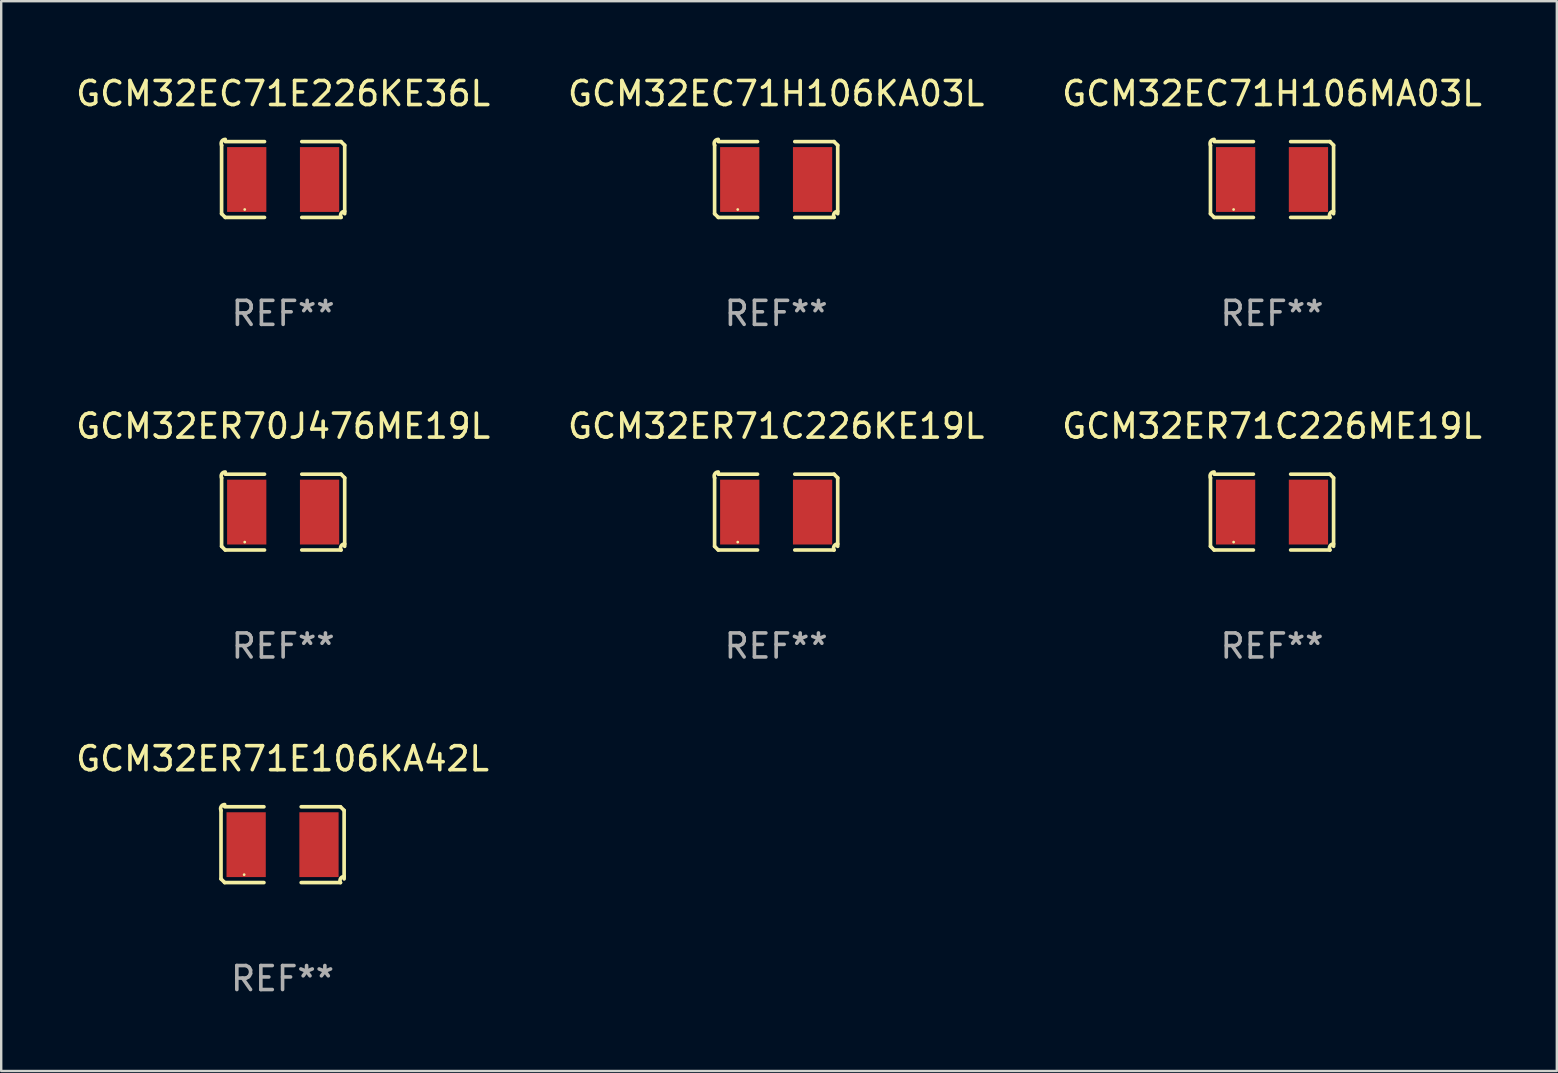
<source format=kicad_pcb>
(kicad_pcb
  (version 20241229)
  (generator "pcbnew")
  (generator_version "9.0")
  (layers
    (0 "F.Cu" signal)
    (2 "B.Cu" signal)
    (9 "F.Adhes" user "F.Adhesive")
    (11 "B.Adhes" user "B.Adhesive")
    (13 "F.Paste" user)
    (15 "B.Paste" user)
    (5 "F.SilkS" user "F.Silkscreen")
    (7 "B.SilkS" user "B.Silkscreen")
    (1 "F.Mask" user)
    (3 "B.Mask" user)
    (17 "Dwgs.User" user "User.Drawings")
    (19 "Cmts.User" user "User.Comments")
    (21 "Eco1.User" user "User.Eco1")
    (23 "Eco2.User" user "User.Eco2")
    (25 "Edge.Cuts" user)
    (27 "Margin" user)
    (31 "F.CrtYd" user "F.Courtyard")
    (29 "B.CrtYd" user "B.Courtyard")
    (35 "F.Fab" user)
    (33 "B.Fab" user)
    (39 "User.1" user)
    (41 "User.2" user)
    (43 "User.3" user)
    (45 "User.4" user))
  (footprint "GCM32ER71C226KE19L"
    (layer "F.Cu")
    (at 29.28 18.281)
    (property "Reference" "GCM32ER71C226KE19L" (at 0 -3.579 0) (layer "F.SilkS") (effects (font (size 1 1) (thickness 0.15))))
    (attr through_hole)
    (fp_line (start -2.564 1.426) (end -2.564 -1.426) (stroke (width 0.152) (type solid)) (layer "F.SilkS"))
    (fp_line (start -2.411 -1.579) (end -0.776 -1.579) (stroke (width 0.152) (type solid)) (layer "F.SilkS"))
    (fp_line (start -0.776 1.579) (end -2.411 1.579) (stroke (width 0.152) (type solid)) (layer "F.SilkS"))
    (fp_line (start 0.776 1.579) (end 2.411 1.579) (stroke (width 0.152) (type solid)) (layer "F.SilkS"))
    (fp_line (start 2.411 -1.579) (end 0.776 -1.579) (stroke (width 0.152) (type solid)) (layer "F.SilkS"))
    (fp_line (start 2.564 1.426) (end 2.564 -1.426) (stroke (width 0.152) (type solid)) (layer "F.SilkS"))
    (fp_arc (start -2.563602 -1.426213) (mid -2.555597 -1.591233) (end -2.411201 -1.671518) (stroke (width 0.1524) (type solid)) (layer "F.SilkS"))
    (fp_arc (start -2.5636 1.426214) (mid -2.487389 1.502402) (end -2.411201 1.578613) (stroke (width 0.1524) (type solid)) (layer "F.SilkS"))
    (fp_arc (start 2.411197 -1.578618) (mid 2.487403 -1.502419) (end 2.563602 -1.426213) (stroke (width 0.1524) (type solid)) (layer "F.SilkS"))
    (fp_arc (start 2.411201 1.578613) (mid 2.416214 1.409455) (end 2.563602 1.32629) (stroke (width 0.1524) (type solid)) (layer "F.SilkS"))
    (fp_circle (center -1.6 1.25) (end -1.57 1.25) (stroke (width 0.06) (type solid)) (fill no) (layer "F.SilkS"))
    (fp_text user "REF**" (at 0 5.579 0) (layer "F.Fab") (effects (font (size 1 1) (thickness 0.15))))
    (pad "1" smd rect (at -1.517 0) (size 1.635 2.7) (layers "F.Cu" "F.Mask" "F.Paste"))
    (pad "2" smd rect (at 1.517 0) (size 1.635 2.7) (layers "F.Cu" "F.Mask" "F.Paste")))
  (footprint "GCM32EC71H106KA03L"
    (layer "F.Cu")
    (at 29.28 4.427)
    (property "Reference" "GCM32EC71H106KA03L" (at 0 -3.579 0) (layer "F.SilkS") (effects (font (size 1 1) (thickness 0.15))))
    (attr through_hole)
    (fp_line (start -2.564 1.426) (end -2.564 -1.426) (stroke (width 0.152) (type solid)) (layer "F.SilkS"))
    (fp_line (start -2.411 -1.579) (end -0.776 -1.579) (stroke (width 0.152) (type solid)) (layer "F.SilkS"))
    (fp_line (start -0.776 1.579) (end -2.411 1.579) (stroke (width 0.152) (type solid)) (layer "F.SilkS"))
    (fp_line (start 0.776 1.579) (end 2.411 1.579) (stroke (width 0.152) (type solid)) (layer "F.SilkS"))
    (fp_line (start 2.411 -1.579) (end 0.776 -1.579) (stroke (width 0.152) (type solid)) (layer "F.SilkS"))
    (fp_line (start 2.564 1.426) (end 2.564 -1.426) (stroke (width 0.152) (type solid)) (layer "F.SilkS"))
    (fp_arc (start -2.563602 -1.426213) (mid -2.555597 -1.591233) (end -2.411201 -1.671518) (stroke (width 0.1524) (type solid)) (layer "F.SilkS"))
    (fp_arc (start -2.5636 1.426214) (mid -2.487389 1.502402) (end -2.411201 1.578613) (stroke (width 0.1524) (type solid)) (layer "F.SilkS"))
    (fp_arc (start 2.411197 -1.578618) (mid 2.487403 -1.502419) (end 2.563602 -1.426213) (stroke (width 0.1524) (type solid)) (layer "F.SilkS"))
    (fp_arc (start 2.411201 1.578613) (mid 2.416214 1.409455) (end 2.563602 1.32629) (stroke (width 0.1524) (type solid)) (layer "F.SilkS"))
    (fp_circle (center -1.6 1.25) (end -1.57 1.25) (stroke (width 0.06) (type solid)) (fill no) (layer "F.SilkS"))
    (fp_text user "REF**" (at 0 5.579 0) (layer "F.Fab") (effects (font (size 1 1) (thickness 0.15))))
    (pad "1" smd rect (at -1.517 0) (size 1.635 2.7) (layers "F.Cu" "F.Mask" "F.Paste"))
    (pad "2" smd rect (at 1.517 0) (size 1.635 2.7) (layers "F.Cu" "F.Mask" "F.Paste")))
  (footprint "GCM32ER71C226ME19L"
    (layer "F.Cu")
    (at 49.935 18.281)
    (property "Reference" "GCM32ER71C226ME19L" (at 0 -3.579 0) (layer "F.SilkS") (effects (font (size 1 1) (thickness 0.15))))
    (attr through_hole)
    (fp_line (start -2.564 1.426) (end -2.564 -1.426) (stroke (width 0.152) (type solid)) (layer "F.SilkS"))
    (fp_line (start -2.411 -1.579) (end -0.776 -1.579) (stroke (width 0.152) (type solid)) (layer "F.SilkS"))
    (fp_line (start -0.776 1.579) (end -2.411 1.579) (stroke (width 0.152) (type solid)) (layer "F.SilkS"))
    (fp_line (start 0.776 1.579) (end 2.411 1.579) (stroke (width 0.152) (type solid)) (layer "F.SilkS"))
    (fp_line (start 2.411 -1.579) (end 0.776 -1.579) (stroke (width 0.152) (type solid)) (layer "F.SilkS"))
    (fp_line (start 2.564 1.426) (end 2.564 -1.426) (stroke (width 0.152) (type solid)) (layer "F.SilkS"))
    (fp_arc (start -2.563602 -1.426213) (mid -2.555597 -1.591233) (end -2.411201 -1.671518) (stroke (width 0.1524) (type solid)) (layer "F.SilkS"))
    (fp_arc (start -2.5636 1.426214) (mid -2.487389 1.502402) (end -2.411201 1.578613) (stroke (width 0.1524) (type solid)) (layer "F.SilkS"))
    (fp_arc (start 2.411197 -1.578618) (mid 2.487403 -1.502419) (end 2.563602 -1.426213) (stroke (width 0.1524) (type solid)) (layer "F.SilkS"))
    (fp_arc (start 2.411201 1.578613) (mid 2.416214 1.409455) (end 2.563602 1.32629) (stroke (width 0.1524) (type solid)) (layer "F.SilkS"))
    (fp_circle (center -1.6 1.25) (end -1.57 1.25) (stroke (width 0.06) (type solid)) (fill no) (layer "F.SilkS"))
    (fp_text user "REF**" (at 0 5.579 0) (layer "F.Fab") (effects (font (size 1 1) (thickness 0.15))))
    (pad "1" smd rect (at -1.517 0) (size 1.635 2.7) (layers "F.Cu" "F.Mask" "F.Paste"))
    (pad "2" smd rect (at 1.517 0) (size 1.635 2.7) (layers "F.Cu" "F.Mask" "F.Paste")))
  (footprint "GCM32ER70J476ME19L"
    (layer "F.Cu")
    (at 8.744 18.281)
    (property "Reference" "GCM32ER70J476ME19L" (at 0 -3.579 0) (layer "F.SilkS") (effects (font (size 1 1) (thickness 0.15))))
    (attr through_hole)
    (fp_line (start -2.564 1.426) (end -2.564 -1.426) (stroke (width 0.152) (type solid)) (layer "F.SilkS"))
    (fp_line (start -2.411 -1.579) (end -0.776 -1.579) (stroke (width 0.152) (type solid)) (layer "F.SilkS"))
    (fp_line (start -0.776 1.579) (end -2.411 1.579) (stroke (width 0.152) (type solid)) (layer "F.SilkS"))
    (fp_line (start 0.776 1.579) (end 2.411 1.579) (stroke (width 0.152) (type solid)) (layer "F.SilkS"))
    (fp_line (start 2.411 -1.579) (end 0.776 -1.579) (stroke (width 0.152) (type solid)) (layer "F.SilkS"))
    (fp_line (start 2.564 1.426) (end 2.564 -1.426) (stroke (width 0.152) (type solid)) (layer "F.SilkS"))
    (fp_arc (start -2.563602 -1.426213) (mid -2.555597 -1.591233) (end -2.411201 -1.671518) (stroke (width 0.1524) (type solid)) (layer "F.SilkS"))
    (fp_arc (start -2.5636 1.426214) (mid -2.487389 1.502402) (end -2.411201 1.578613) (stroke (width 0.1524) (type solid)) (layer "F.SilkS"))
    (fp_arc (start 2.411197 -1.578618) (mid 2.487403 -1.502419) (end 2.563602 -1.426213) (stroke (width 0.1524) (type solid)) (layer "F.SilkS"))
    (fp_arc (start 2.411201 1.578613) (mid 2.416214 1.409455) (end 2.563602 1.32629) (stroke (width 0.1524) (type solid)) (layer "F.SilkS"))
    (fp_circle (center -1.6 1.25) (end -1.57 1.25) (stroke (width 0.06) (type solid)) (fill no) (layer "F.SilkS"))
    (fp_text user "REF**" (at 0 5.579 0) (layer "F.Fab") (effects (font (size 1 1) (thickness 0.15))))
    (pad "1" smd rect (at -1.517 0) (size 1.635 2.7) (layers "F.Cu" "F.Mask" "F.Paste"))
    (pad "2" smd rect (at 1.517 0) (size 1.635 2.7) (layers "F.Cu" "F.Mask" "F.Paste")))
  (footprint "GCM32EC71E226KE36L"
    (layer "F.Cu")
    (at 8.744 4.427)
    (property "Reference" "GCM32EC71E226KE36L" (at 0 -3.579 0) (layer "F.SilkS") (effects (font (size 1 1) (thickness 0.15))))
    (attr through_hole)
    (fp_line (start -2.564 1.426) (end -2.564 -1.426) (stroke (width 0.152) (type solid)) (layer "F.SilkS"))
    (fp_line (start -2.411 -1.579) (end -0.776 -1.579) (stroke (width 0.152) (type solid)) (layer "F.SilkS"))
    (fp_line (start -0.776 1.579) (end -2.411 1.579) (stroke (width 0.152) (type solid)) (layer "F.SilkS"))
    (fp_line (start 0.776 1.579) (end 2.411 1.579) (stroke (width 0.152) (type solid)) (layer "F.SilkS"))
    (fp_line (start 2.411 -1.579) (end 0.776 -1.579) (stroke (width 0.152) (type solid)) (layer "F.SilkS"))
    (fp_line (start 2.564 1.426) (end 2.564 -1.426) (stroke (width 0.152) (type solid)) (layer "F.SilkS"))
    (fp_arc (start -2.563602 -1.426213) (mid -2.555597 -1.591233) (end -2.411201 -1.671518) (stroke (width 0.1524) (type solid)) (layer "F.SilkS"))
    (fp_arc (start -2.5636 1.426214) (mid -2.487389 1.502402) (end -2.411201 1.578613) (stroke (width 0.1524) (type solid)) (layer "F.SilkS"))
    (fp_arc (start 2.411197 -1.578618) (mid 2.487403 -1.502419) (end 2.563602 -1.426213) (stroke (width 0.1524) (type solid)) (layer "F.SilkS"))
    (fp_arc (start 2.411201 1.578613) (mid 2.416214 1.409455) (end 2.563602 1.32629) (stroke (width 0.1524) (type solid)) (layer "F.SilkS"))
    (fp_circle (center -1.6 1.25) (end -1.57 1.25) (stroke (width 0.06) (type solid)) (fill no) (layer "F.SilkS"))
    (fp_text user "REF**" (at 0 5.579 0) (layer "F.Fab") (effects (font (size 1 1) (thickness 0.15))))
    (pad "1" smd rect (at -1.517 0) (size 1.635 2.7) (layers "F.Cu" "F.Mask" "F.Paste"))
    (pad "2" smd rect (at 1.517 0) (size 1.635 2.7) (layers "F.Cu" "F.Mask" "F.Paste")))
  (footprint "GCM32ER71E106KA42L"
    (layer "F.Cu")
    (at 8.72 32.134)
    (property "Reference" "GCM32ER71E106KA42L" (at 0 -3.579 0) (layer "F.SilkS") (effects (font (size 1 1) (thickness 0.15))))
    (attr through_hole)
    (fp_line (start -2.564 1.426) (end -2.564 -1.426) (stroke (width 0.152) (type solid)) (layer "F.SilkS"))
    (fp_line (start -2.411 -1.579) (end -0.776 -1.579) (stroke (width 0.152) (type solid)) (layer "F.SilkS"))
    (fp_line (start -0.776 1.579) (end -2.411 1.579) (stroke (width 0.152) (type solid)) (layer "F.SilkS"))
    (fp_line (start 0.776 1.579) (end 2.411 1.579) (stroke (width 0.152) (type solid)) (layer "F.SilkS"))
    (fp_line (start 2.411 -1.579) (end 0.776 -1.579) (stroke (width 0.152) (type solid)) (layer "F.SilkS"))
    (fp_line (start 2.564 1.426) (end 2.564 -1.426) (stroke (width 0.152) (type solid)) (layer "F.SilkS"))
    (fp_arc (start -2.563602 -1.426213) (mid -2.555597 -1.591233) (end -2.411201 -1.671518) (stroke (width 0.1524) (type solid)) (layer "F.SilkS"))
    (fp_arc (start -2.5636 1.426214) (mid -2.487389 1.502402) (end -2.411201 1.578613) (stroke (width 0.1524) (type solid)) (layer "F.SilkS"))
    (fp_arc (start 2.411197 -1.578618) (mid 2.487403 -1.502419) (end 2.563602 -1.426213) (stroke (width 0.1524) (type solid)) (layer "F.SilkS"))
    (fp_arc (start 2.411201 1.578613) (mid 2.416214 1.409455) (end 2.563602 1.32629) (stroke (width 0.1524) (type solid)) (layer "F.SilkS"))
    (fp_circle (center -1.6 1.25) (end -1.57 1.25) (stroke (width 0.06) (type solid)) (fill no) (layer "F.SilkS"))
    (fp_text user "REF**" (at 0 5.579 0) (layer "F.Fab") (effects (font (size 1 1) (thickness 0.15))))
    (pad "1" smd rect (at -1.517 0) (size 1.635 2.7) (layers "F.Cu" "F.Mask" "F.Paste"))
    (pad "2" smd rect (at 1.517 0) (size 1.635 2.7) (layers "F.Cu" "F.Mask" "F.Paste")))
  (footprint "GCM32EC71H106MA03L"
    (layer "F.Cu")
    (at 49.935 4.427)
    (property "Reference" "GCM32EC71H106MA03L" (at 0 -3.579 0) (layer "F.SilkS") (effects (font (size 1 1) (thickness 0.15))))
    (attr through_hole)
    (fp_line (start -2.564 1.426) (end -2.564 -1.426) (stroke (width 0.152) (type solid)) (layer "F.SilkS"))
    (fp_line (start -2.411 -1.579) (end -0.776 -1.579) (stroke (width 0.152) (type solid)) (layer "F.SilkS"))
    (fp_line (start -0.776 1.579) (end -2.411 1.579) (stroke (width 0.152) (type solid)) (layer "F.SilkS"))
    (fp_line (start 0.776 1.579) (end 2.411 1.579) (stroke (width 0.152) (type solid)) (layer "F.SilkS"))
    (fp_line (start 2.411 -1.579) (end 0.776 -1.579) (stroke (width 0.152) (type solid)) (layer "F.SilkS"))
    (fp_line (start 2.564 1.426) (end 2.564 -1.426) (stroke (width 0.152) (type solid)) (layer "F.SilkS"))
    (fp_arc (start -2.563602 -1.426213) (mid -2.555597 -1.591233) (end -2.411201 -1.671518) (stroke (width 0.1524) (type solid)) (layer "F.SilkS"))
    (fp_arc (start -2.5636 1.426214) (mid -2.487389 1.502402) (end -2.411201 1.578613) (stroke (width 0.1524) (type solid)) (layer "F.SilkS"))
    (fp_arc (start 2.411197 -1.578618) (mid 2.487403 -1.502419) (end 2.563602 -1.426213) (stroke (width 0.1524) (type solid)) (layer "F.SilkS"))
    (fp_arc (start 2.411201 1.578613) (mid 2.416214 1.409455) (end 2.563602 1.32629) (stroke (width 0.1524) (type solid)) (layer "F.SilkS"))
    (fp_circle (center -1.6 1.25) (end -1.57 1.25) (stroke (width 0.06) (type solid)) (fill no) (layer "F.SilkS"))
    (fp_text user "REF**" (at 0 5.579 0) (layer "F.Fab") (effects (font (size 1 1) (thickness 0.15))))
    (pad "1" smd rect (at -1.517 0) (size 1.635 2.7) (layers "F.Cu" "F.Mask" "F.Paste"))
    (pad "2" smd rect (at 1.517 0) (size 1.635 2.7) (layers "F.Cu" "F.Mask" "F.Paste")))
  (gr_rect
    (start -3 -3)
    (end 61.798 41.561)
    (stroke (width 0.1) (type default))
    (fill no)
    (layer "Edge.Cuts")))
</source>
